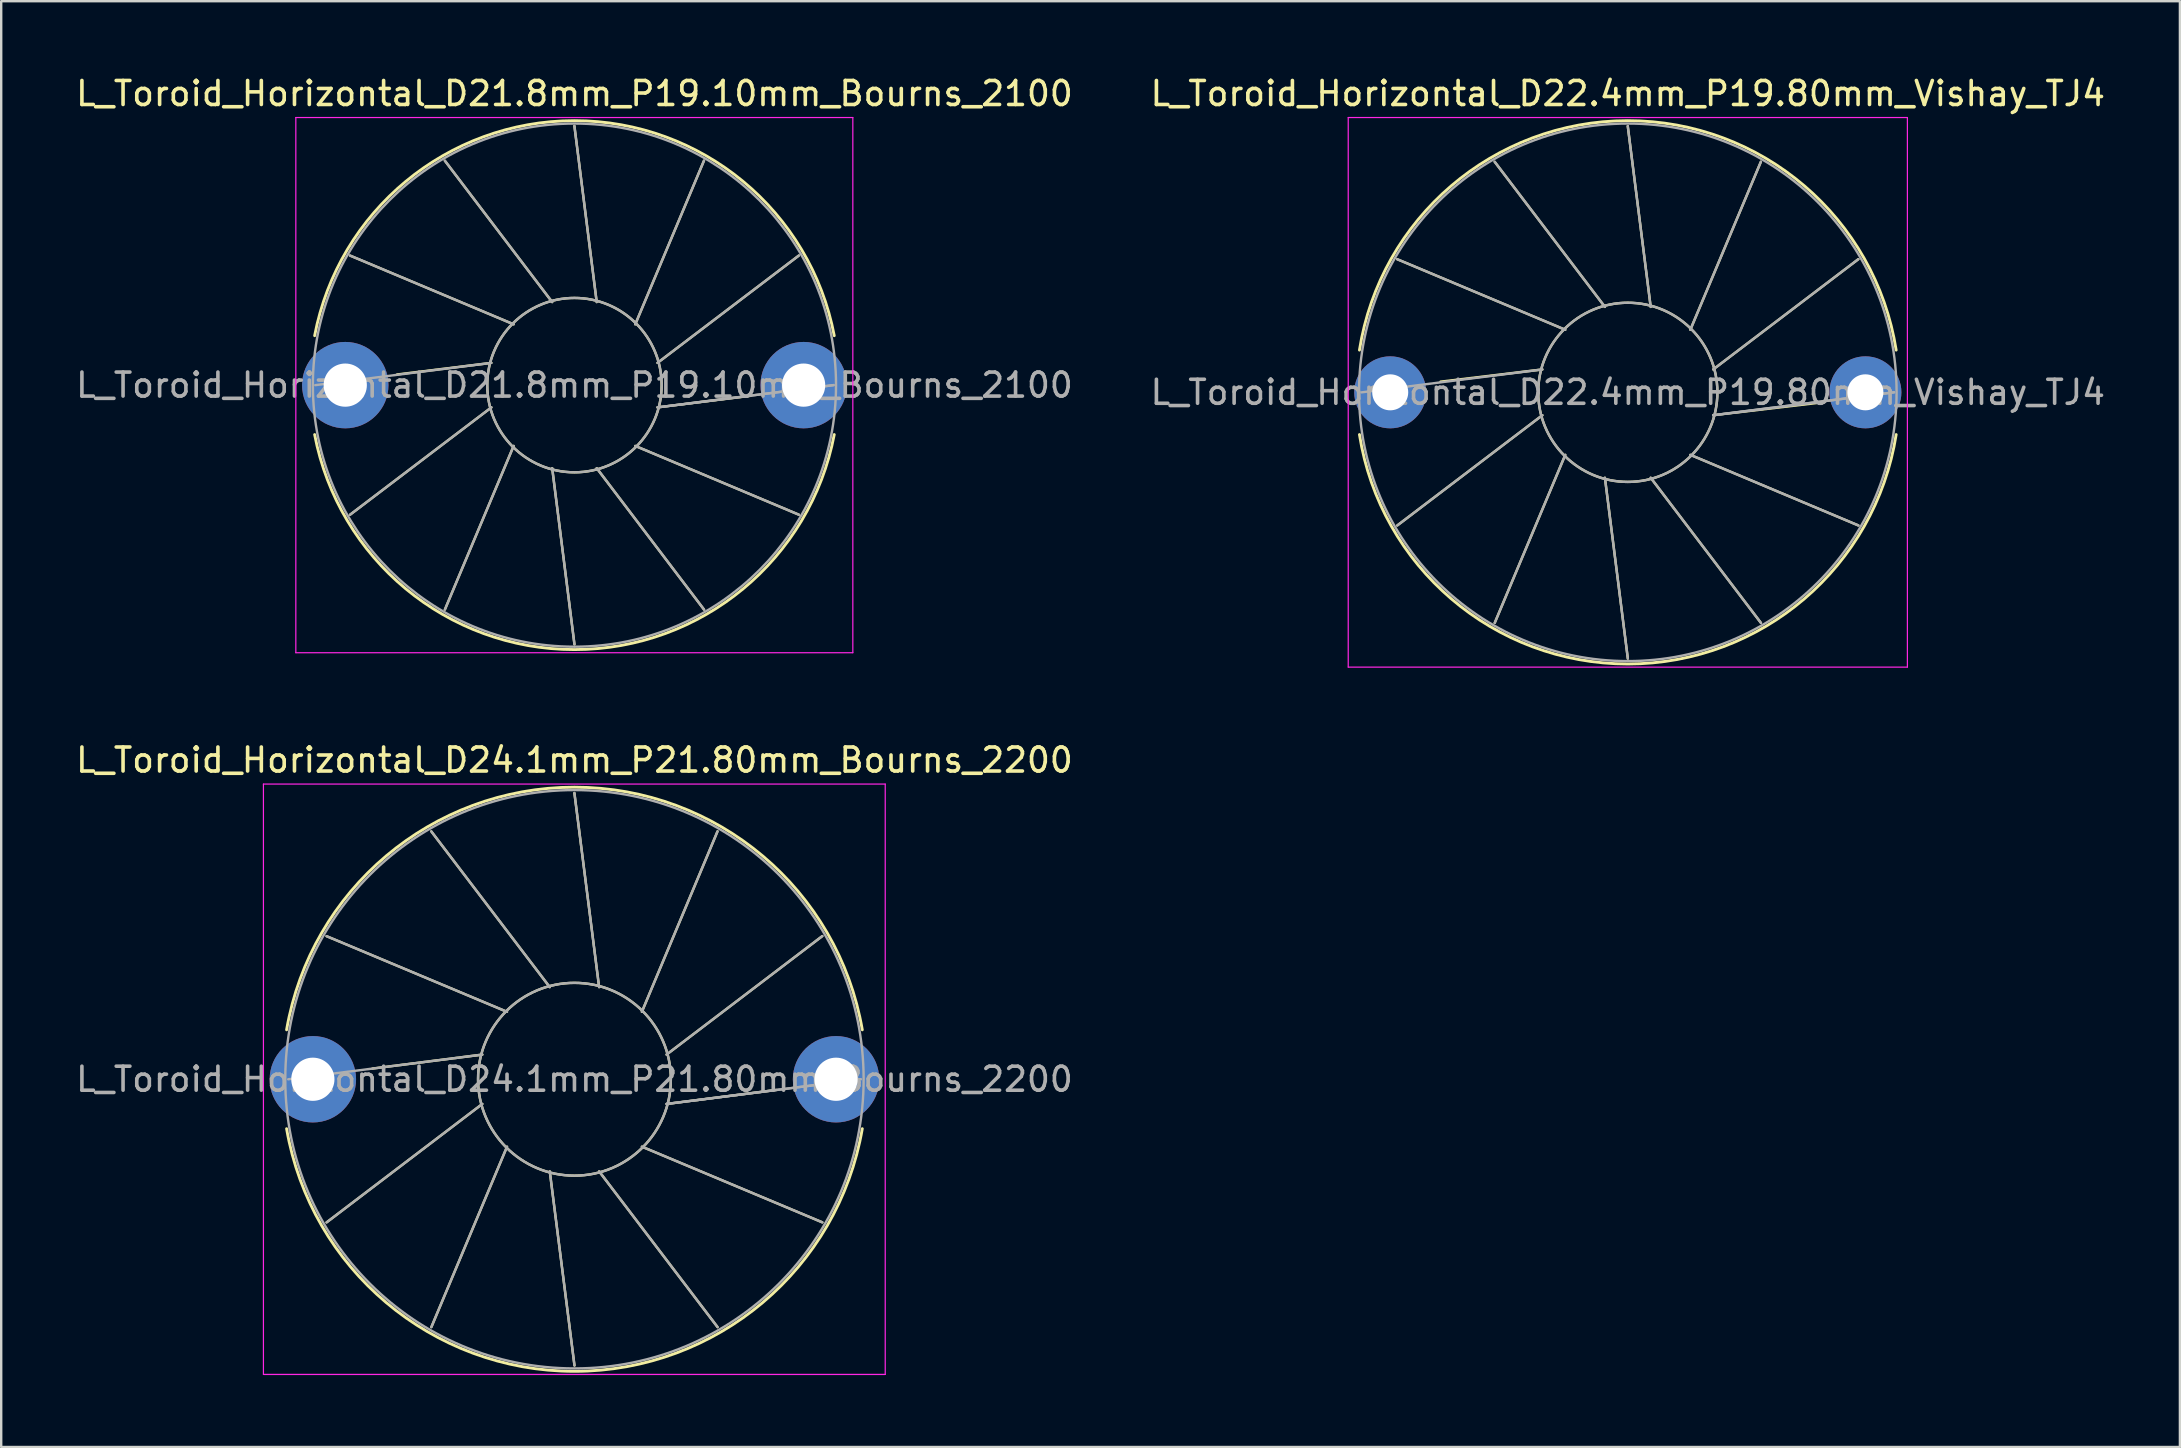
<source format=kicad_pcb>
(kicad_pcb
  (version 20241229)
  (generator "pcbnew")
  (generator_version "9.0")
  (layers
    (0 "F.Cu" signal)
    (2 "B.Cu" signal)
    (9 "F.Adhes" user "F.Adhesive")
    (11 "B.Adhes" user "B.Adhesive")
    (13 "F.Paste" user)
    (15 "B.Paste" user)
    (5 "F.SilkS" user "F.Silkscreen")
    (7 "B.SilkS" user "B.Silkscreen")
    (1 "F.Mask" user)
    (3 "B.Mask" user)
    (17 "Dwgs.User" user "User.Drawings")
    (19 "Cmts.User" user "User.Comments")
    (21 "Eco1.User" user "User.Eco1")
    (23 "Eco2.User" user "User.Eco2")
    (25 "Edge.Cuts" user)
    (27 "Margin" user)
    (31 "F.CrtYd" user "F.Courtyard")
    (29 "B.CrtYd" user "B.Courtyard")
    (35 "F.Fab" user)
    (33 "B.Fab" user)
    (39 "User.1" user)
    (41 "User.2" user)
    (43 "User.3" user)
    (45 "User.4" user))
  (footprint "L_Toroid_Horizontal_D22.4mm_P19.80mm_Vishay_TJ4"
    (layer "F.Cu")
    (at 54.88 13.298)
    (property "Reference" "L_Toroid_Horizontal_D22.4mm_P19.80mm_Vishay_TJ4" (at 9.9 -12.45 0) (layer "F.SilkS") (effects (font (size 1 1) (thickness 0.15))))
    (attr through_hole)
    (fp_line (start 0.292 -5.546) (end 7.294 -2.606) (stroke (width 0.1) (type solid)) (layer "F.SilkS"))
    (fp_line (start 0.293 5.548) (end 6.34 0.954) (stroke (width 0.1) (type solid)) (layer "F.SilkS"))
    (fp_line (start 2.095 -0.445) (end 6.34 -0.954) (stroke (width 0.1) (type solid)) (layer "F.SilkS"))
    (fp_line (start 4.352 -9.607) (end 8.946 -3.56) (stroke (width 0.1) (type solid)) (layer "F.SilkS"))
    (fp_line (start 4.354 9.608) (end 7.294 2.606) (stroke (width 0.1) (type solid)) (layer "F.SilkS"))
    (fp_line (start 9.898 -11.094) (end 10.853 -3.56) (stroke (width 0.1) (type solid)) (layer "F.SilkS"))
    (fp_line (start 9.901 11.094) (end 8.946 3.56) (stroke (width 0.1) (type solid)) (layer "F.SilkS"))
    (fp_line (start 15.445 -9.608) (end 12.506 -2.607) (stroke (width 0.1) (type solid)) (layer "F.SilkS"))
    (fp_line (start 15.447 9.607) (end 10.854 3.56) (stroke (width 0.1) (type solid)) (layer "F.SilkS"))
    (fp_line (start 17.78 0.445) (end 13.46 0.954) (stroke (width 0.1) (type solid)) (layer "F.SilkS"))
    (fp_line (start 19.506 -5.548) (end 13.46 -0.955) (stroke (width 0.1) (type solid)) (layer "F.SilkS"))
    (fp_line (start 19.507 5.547) (end 12.506 2.606) (stroke (width 0.1) (type solid)) (layer "F.SilkS"))
    (fp_arc (start -1.282343 -1.76) (mid 9.9 -11.32) (end 21.082343 -1.76) (stroke (width 0.12) (type solid)) (layer "F.SilkS"))
    (fp_arc (start 21.082343 1.76) (mid 9.9 11.32) (end -1.282343 1.76) (stroke (width 0.12) (type solid)) (layer "F.SilkS"))
    (fp_circle (center 9.9 0) (end 13.633 0) (stroke (width 0.1) (type solid)) (fill no) (layer "F.SilkS"))
    (fp_line (start -1.75 -11.45) (end -1.75 11.45) (stroke (width 0.05) (type solid)) (layer "F.CrtYd"))
    (fp_line (start -1.75 11.45) (end 21.55 11.45) (stroke (width 0.05) (type solid)) (layer "F.CrtYd"))
    (fp_line (start 21.55 -11.45) (end -1.75 -11.45) (stroke (width 0.05) (type solid)) (layer "F.CrtYd"))
    (fp_line (start 21.55 11.45) (end 21.55 -11.45) (stroke (width 0.05) (type solid)) (layer "F.CrtYd"))
    (fp_line (start -1.194 0.001) (end 6.34 -0.954) (stroke (width 0.1) (type solid)) (layer "F.Fab"))
    (fp_line (start 0.292 -5.546) (end 7.294 -2.606) (stroke (width 0.1) (type solid)) (layer "F.Fab"))
    (fp_line (start 0.293 5.548) (end 6.34 0.954) (stroke (width 0.1) (type solid)) (layer "F.Fab"))
    (fp_line (start 4.352 -9.607) (end 8.946 -3.56) (stroke (width 0.1) (type solid)) (layer "F.Fab"))
    (fp_line (start 4.354 9.608) (end 7.294 2.606) (stroke (width 0.1) (type solid)) (layer "F.Fab"))
    (fp_line (start 9.898 -11.094) (end 10.853 -3.56) (stroke (width 0.1) (type solid)) (layer "F.Fab"))
    (fp_line (start 9.901 11.094) (end 8.946 3.56) (stroke (width 0.1) (type solid)) (layer "F.Fab"))
    (fp_line (start 15.445 -9.608) (end 12.506 -2.607) (stroke (width 0.1) (type solid)) (layer "F.Fab"))
    (fp_line (start 15.447 9.607) (end 10.854 3.56) (stroke (width 0.1) (type solid)) (layer "F.Fab"))
    (fp_line (start 19.506 -5.548) (end 13.46 -0.955) (stroke (width 0.1) (type solid)) (layer "F.Fab"))
    (fp_line (start 19.507 5.547) (end 12.506 2.606) (stroke (width 0.1) (type solid)) (layer "F.Fab"))
    (fp_line (start 20.994 -0.002) (end 13.46 0.953) (stroke (width 0.1) (type solid)) (layer "F.Fab"))
    (fp_line (start 20.994 0) (end 13.46 0.954) (stroke (width 0.1) (type solid)) (layer "F.Fab"))
    (fp_circle (center 9.9 0) (end 13.633 0) (stroke (width 0.1) (type solid)) (fill no) (layer "F.Fab"))
    (fp_circle (center 9.9 0) (end 21.1 0) (stroke (width 0.1) (type solid)) (fill no) (layer "F.Fab"))
    (fp_text user "${REFERENCE}" (at 9.9 0 0) (layer "F.Fab") (effects (font (size 1 1) (thickness 0.15))))
    (pad "1" thru_hole circle (at 0 0) (size 3 3) (drill 1.5) (layers "*.Cu" "*.Mask"))
    (pad "2" thru_hole circle (at 19.8 0) (size 3 3) (drill 1.5) (layers "*.Cu" "*.Mask")))
  (footprint "L_Toroid_Horizontal_D21.8mm_P19.10mm_Bourns_2100"
    (layer "F.Cu")
    (at 11.337 12.998)
    (property "Reference" "L_Toroid_Horizontal_D21.8mm_P19.10mm_Bourns_2100" (at 9.55 -12.15 0) (layer "F.SilkS") (effects (font (size 1 1) (thickness 0.15))))
    (attr through_hole)
    (fp_line (start 0.197 -5.399) (end 7.016 -2.534) (stroke (width 0.1) (type solid)) (layer "F.SilkS"))
    (fp_line (start 0.198 5.401) (end 6.089 0.928) (stroke (width 0.1) (type solid)) (layer "F.SilkS"))
    (fp_line (start 2.159 -0.445) (end 6.088 -0.927) (stroke (width 0.1) (type solid)) (layer "F.SilkS"))
    (fp_line (start 4.149 -9.352) (end 8.622 -3.461) (stroke (width 0.1) (type solid)) (layer "F.SilkS"))
    (fp_line (start 4.151 9.353) (end 7.016 2.534) (stroke (width 0.1) (type solid)) (layer "F.SilkS"))
    (fp_line (start 9.548 -10.8) (end 10.477 -3.462) (stroke (width 0.1) (type solid)) (layer "F.SilkS"))
    (fp_line (start 9.55 10.8) (end 8.623 3.462) (stroke (width 0.1) (type solid)) (layer "F.SilkS"))
    (fp_line (start 14.948 -9.354) (end 12.084 -2.534) (stroke (width 0.1) (type solid)) (layer "F.SilkS"))
    (fp_line (start 14.95 9.353) (end 10.478 3.461) (stroke (width 0.1) (type solid)) (layer "F.SilkS"))
    (fp_line (start 16.891 0.445) (end 13.011 0.927) (stroke (width 0.1) (type solid)) (layer "F.SilkS"))
    (fp_line (start 18.902 -5.401) (end 13.011 -0.928) (stroke (width 0.1) (type solid)) (layer "F.SilkS"))
    (fp_line (start 18.903 5.4) (end 12.084 2.534) (stroke (width 0.1) (type solid)) (layer "F.SilkS"))
    (fp_arc (start -1.275747 -2.06) (mid 9.55 -11.02) (end 20.375747 -2.06) (stroke (width 0.12) (type solid)) (layer "F.SilkS"))
    (fp_arc (start 20.375747 2.06) (mid 9.55 11.02) (end -1.275747 2.06) (stroke (width 0.12) (type solid)) (layer "F.SilkS"))
    (fp_circle (center 9.55 0) (end 13.183 0) (stroke (width 0.1) (type solid)) (fill no) (layer "F.SilkS"))
    (fp_line (start -2.06 -11.15) (end -2.06 11.15) (stroke (width 0.05) (type solid)) (layer "F.CrtYd"))
    (fp_line (start -2.06 11.15) (end 21.15 11.15) (stroke (width 0.05) (type solid)) (layer "F.CrtYd"))
    (fp_line (start 21.15 -11.15) (end -2.06 -11.15) (stroke (width 0.05) (type solid)) (layer "F.CrtYd"))
    (fp_line (start 21.15 11.15) (end 21.15 -11.15) (stroke (width 0.05) (type solid)) (layer "F.CrtYd"))
    (fp_line (start -1.25 0.001) (end 6.088 -0.927) (stroke (width 0.1) (type solid)) (layer "F.Fab"))
    (fp_line (start 0.197 -5.399) (end 7.016 -2.534) (stroke (width 0.1) (type solid)) (layer "F.Fab"))
    (fp_line (start 0.198 5.401) (end 6.089 0.928) (stroke (width 0.1) (type solid)) (layer "F.Fab"))
    (fp_line (start 4.149 -9.352) (end 8.622 -3.461) (stroke (width 0.1) (type solid)) (layer "F.Fab"))
    (fp_line (start 4.151 9.353) (end 7.016 2.534) (stroke (width 0.1) (type solid)) (layer "F.Fab"))
    (fp_line (start 9.548 -10.8) (end 10.477 -3.462) (stroke (width 0.1) (type solid)) (layer "F.Fab"))
    (fp_line (start 9.55 10.8) (end 8.623 3.462) (stroke (width 0.1) (type solid)) (layer "F.Fab"))
    (fp_line (start 14.948 -9.354) (end 12.084 -2.534) (stroke (width 0.1) (type solid)) (layer "F.Fab"))
    (fp_line (start 14.95 9.353) (end 10.478 3.461) (stroke (width 0.1) (type solid)) (layer "F.Fab"))
    (fp_line (start 18.902 -5.401) (end 13.011 -0.928) (stroke (width 0.1) (type solid)) (layer "F.Fab"))
    (fp_line (start 18.903 5.4) (end 12.084 2.534) (stroke (width 0.1) (type solid)) (layer "F.Fab"))
    (fp_line (start 20.35 -0.002) (end 13.012 0.927) (stroke (width 0.1) (type solid)) (layer "F.Fab"))
    (fp_line (start 20.35 0) (end 13.011 0.927) (stroke (width 0.1) (type solid)) (layer "F.Fab"))
    (fp_circle (center 9.55 0) (end 13.183 0) (stroke (width 0.1) (type solid)) (fill no) (layer "F.Fab"))
    (fp_circle (center 9.55 0) (end 20.45 0) (stroke (width 0.1) (type solid)) (fill no) (layer "F.Fab"))
    (fp_text user "${REFERENCE}" (at 9.55 0 0) (layer "F.Fab") (effects (font (size 1 1) (thickness 0.15))))
    (pad "1" thru_hole circle (at 0 0) (size 3.6 3.6) (drill 1.8) (layers "*.Cu" "*.Mask"))
    (pad "2" thru_hole circle (at 19.1 0) (size 3.6 3.6) (drill 1.8) (layers "*.Cu" "*.Mask")))
  (footprint "L_Toroid_Horizontal_D24.1mm_P21.80mm_Bourns_2200"
    (layer "F.Cu")
    (at 9.987 41.922)
    (property "Reference" "L_Toroid_Horizontal_D24.1mm_P21.80mm_Bourns_2200" (at 10.9 -13.3 0) (layer "F.SilkS") (effects (font (size 1 1) (thickness 0.15))))
    (attr through_hole)
    (fp_line (start 0.571 -5.962) (end 8.089 -2.81) (stroke (width 0.1) (type solid)) (layer "F.SilkS"))
    (fp_line (start 0.572 5.964) (end 7.061 1.029) (stroke (width 0.1) (type solid)) (layer "F.SilkS"))
    (fp_line (start 2.477 -0.445) (end 7.061 -1.028) (stroke (width 0.1) (type solid)) (layer "F.SilkS"))
    (fp_line (start 4.935 -10.328) (end 9.871 -3.839) (stroke (width 0.1) (type solid)) (layer "F.SilkS"))
    (fp_line (start 4.937 10.329) (end 8.09 2.811) (stroke (width 0.1) (type solid)) (layer "F.SilkS"))
    (fp_line (start 10.898 -11.927) (end 11.928 -3.839) (stroke (width 0.1) (type solid)) (layer "F.SilkS"))
    (fp_line (start 10.901 11.927) (end 9.872 3.839) (stroke (width 0.1) (type solid)) (layer "F.SilkS"))
    (fp_line (start 16.862 -10.33) (end 13.71 -2.811) (stroke (width 0.1) (type solid)) (layer "F.SilkS"))
    (fp_line (start 16.864 10.329) (end 11.929 3.839) (stroke (width 0.1) (type solid)) (layer "F.SilkS"))
    (fp_line (start 19.304 0.445) (end 14.739 1.029) (stroke (width 0.1) (type solid)) (layer "F.SilkS"))
    (fp_line (start 21.228 -5.965) (end 14.739 -1.029) (stroke (width 0.1) (type solid)) (layer "F.SilkS"))
    (fp_line (start 21.229 5.963) (end 13.711 2.81) (stroke (width 0.1) (type solid)) (layer "F.SilkS"))
    (fp_arc (start -1.094386 -2.06) (mid 10.9 -12.17) (end 22.894386 -2.06) (stroke (width 0.12) (type solid)) (layer "F.SilkS"))
    (fp_arc (start 22.894386 2.06) (mid 10.9 12.17) (end -1.094386 2.06) (stroke (width 0.12) (type solid)) (layer "F.SilkS"))
    (fp_circle (center 10.9 0) (end 14.917 0) (stroke (width 0.1) (type solid)) (fill no) (layer "F.SilkS"))
    (fp_line (start -2.06 -12.3) (end -2.06 12.3) (stroke (width 0.05) (type solid)) (layer "F.CrtYd"))
    (fp_line (start -2.06 12.3) (end 23.85 12.3) (stroke (width 0.05) (type solid)) (layer "F.CrtYd"))
    (fp_line (start 23.85 -12.3) (end -2.06 -12.3) (stroke (width 0.05) (type solid)) (layer "F.CrtYd"))
    (fp_line (start 23.85 12.3) (end 23.85 -12.3) (stroke (width 0.05) (type solid)) (layer "F.CrtYd"))
    (fp_line (start -1.027 0.001) (end 7.061 -1.028) (stroke (width 0.1) (type solid)) (layer "F.Fab"))
    (fp_line (start 0.571 -5.962) (end 8.089 -2.81) (stroke (width 0.1) (type solid)) (layer "F.Fab"))
    (fp_line (start 0.572 5.964) (end 7.061 1.029) (stroke (width 0.1) (type solid)) (layer "F.Fab"))
    (fp_line (start 4.935 -10.328) (end 9.871 -3.839) (stroke (width 0.1) (type solid)) (layer "F.Fab"))
    (fp_line (start 4.937 10.329) (end 8.09 2.811) (stroke (width 0.1) (type solid)) (layer "F.Fab"))
    (fp_line (start 10.898 -11.927) (end 11.928 -3.839) (stroke (width 0.1) (type solid)) (layer "F.Fab"))
    (fp_line (start 10.901 11.927) (end 9.872 3.839) (stroke (width 0.1) (type solid)) (layer "F.Fab"))
    (fp_line (start 16.862 -10.33) (end 13.71 -2.811) (stroke (width 0.1) (type solid)) (layer "F.Fab"))
    (fp_line (start 16.864 10.329) (end 11.929 3.839) (stroke (width 0.1) (type solid)) (layer "F.Fab"))
    (fp_line (start 21.228 -5.965) (end 14.739 -1.029) (stroke (width 0.1) (type solid)) (layer "F.Fab"))
    (fp_line (start 21.229 5.963) (end 13.711 2.81) (stroke (width 0.1) (type solid)) (layer "F.Fab"))
    (fp_line (start 22.827 -0.002) (end 14.739 1.028) (stroke (width 0.1) (type solid)) (layer "F.Fab"))
    (fp_line (start 22.827 0) (end 14.739 1.029) (stroke (width 0.1) (type solid)) (layer "F.Fab"))
    (fp_circle (center 10.9 0) (end 14.917 0) (stroke (width 0.1) (type solid)) (fill no) (layer "F.Fab"))
    (fp_circle (center 10.9 0) (end 22.95 0) (stroke (width 0.1) (type solid)) (fill no) (layer "F.Fab"))
    (fp_text user "${REFERENCE}" (at 10.9 0 0) (layer "F.Fab") (effects (font (size 1 1) (thickness 0.15))))
    (pad "1" thru_hole circle (at 0 0) (size 3.6 3.6) (drill 1.8) (layers "*.Cu" "*.Mask"))
    (pad "2" thru_hole circle (at 21.8 0) (size 3.6 3.6) (drill 1.8) (layers "*.Cu" "*.Mask")))
  (gr_rect
    (start -3 -3)
    (end 87.786 57.246)
    (stroke (width 0.1) (type default))
    (fill no)
    (layer "Edge.Cuts")))
</source>
